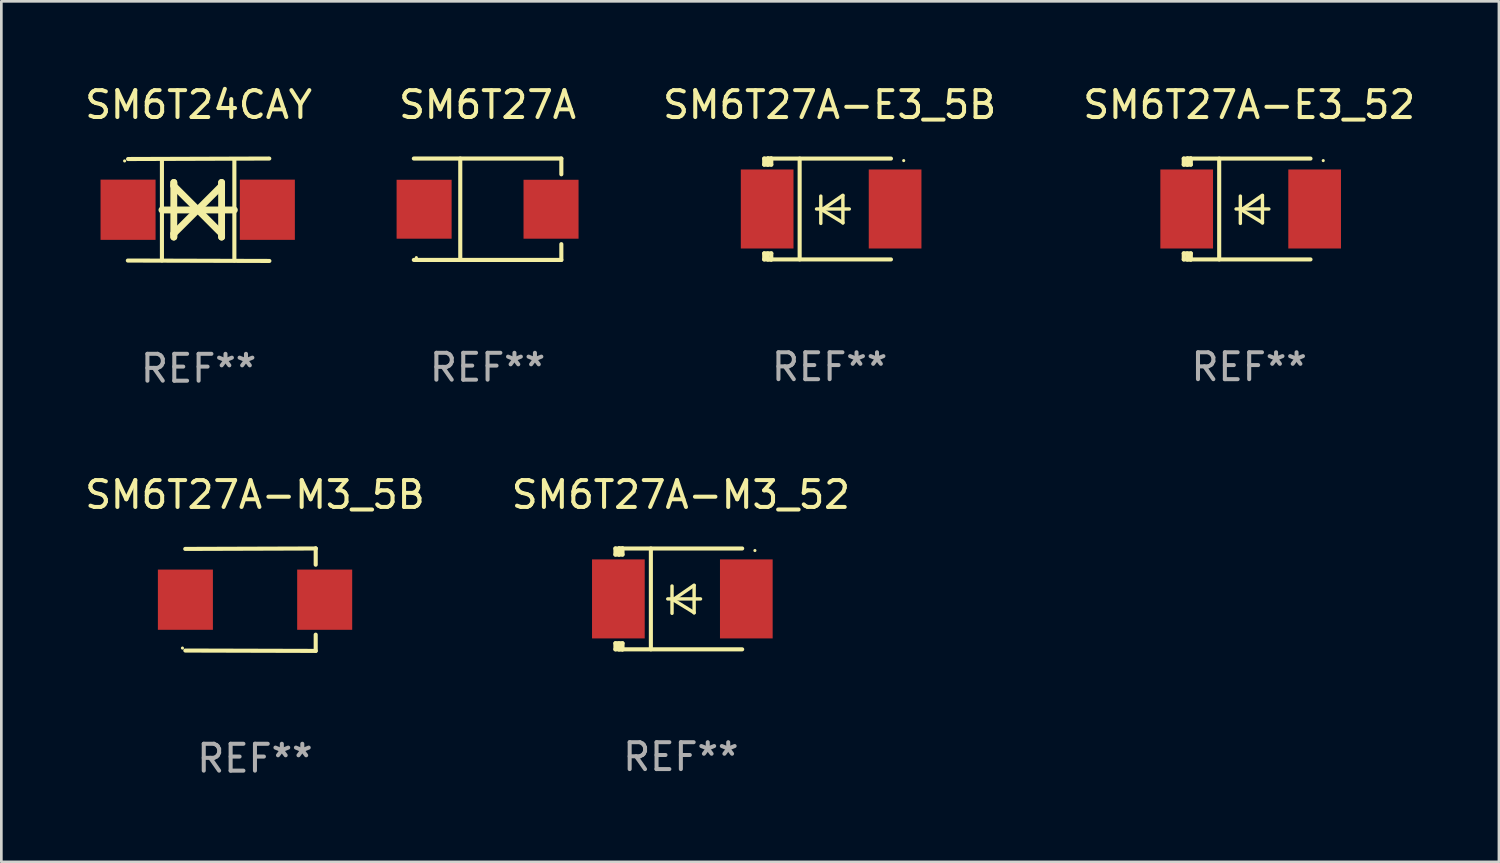
<source format=kicad_pcb>
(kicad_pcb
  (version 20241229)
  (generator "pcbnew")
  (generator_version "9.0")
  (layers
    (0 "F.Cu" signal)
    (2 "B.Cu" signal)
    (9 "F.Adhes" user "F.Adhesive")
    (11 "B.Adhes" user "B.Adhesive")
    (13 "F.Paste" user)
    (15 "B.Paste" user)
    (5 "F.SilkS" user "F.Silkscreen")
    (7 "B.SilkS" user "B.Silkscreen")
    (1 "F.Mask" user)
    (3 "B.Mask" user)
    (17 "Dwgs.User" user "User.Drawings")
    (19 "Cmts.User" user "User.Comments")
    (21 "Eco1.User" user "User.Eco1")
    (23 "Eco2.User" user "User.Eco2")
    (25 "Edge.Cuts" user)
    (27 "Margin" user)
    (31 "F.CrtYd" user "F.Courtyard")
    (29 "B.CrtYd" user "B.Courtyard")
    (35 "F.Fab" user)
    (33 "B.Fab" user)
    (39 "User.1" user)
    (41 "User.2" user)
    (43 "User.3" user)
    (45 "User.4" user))
  (footprint "SM6T27A-M3_5B"
    (layer "F.Cu")
    (at 6.435 19.26)
    (property "Reference" "SM6T27A-M3_5B" (at 0 -3.905 0) (layer "F.SilkS") (effects (font (size 1 1) (thickness 0.15))))
    (attr through_hole)
    (fp_line (start 2.256 -1.905) (end -2.594 -1.889) (stroke (width 0.152) (type solid)) (layer "F.SilkS"))
    (fp_line (start 2.256 -1.905) (end 2.26 -1.905) (stroke (width 0.152) (type solid)) (layer "F.SilkS"))
    (fp_line (start 2.26 -1.905) (end 2.26 -1.301) (stroke (width 0.152) (type solid)) (layer "F.SilkS"))
    (fp_line (start 2.26 1.301) (end 2.26 1.905) (stroke (width 0.152) (type solid)) (layer "F.SilkS"))
    (fp_line (start 2.26 1.905) (end -2.59 1.892) (stroke (width 0.152) (type solid)) (layer "F.SilkS"))
    (fp_circle (center -2.697 1.8) (end -2.667 1.8) (stroke (width 0.06) (type solid)) (fill no) (layer "F.SilkS"))
    (fp_text user "REF**" (at 0 5.905 0) (layer "F.Fab") (effects (font (size 1 1) (thickness 0.15))))
    (pad "1" smd rect (at -2.588 0) (size 2.047 2.241) (layers "F.Cu" "F.Mask" "F.Paste"))
    (pad "2" smd rect (at 2.594 0) (size 2.047 2.241) (layers "F.Cu" "F.Mask" "F.Paste")))
  (footprint "SM6T27A-E3_52"
    (layer "F.Cu")
    (at 43.423 4.725)
    (property "Reference" "SM6T27A-E3_52" (at 0 -3.876 0) (layer "F.SilkS") (effects (font (size 1 1) (thickness 0.15))))
    (attr through_hole)
    (fp_line (start -2.435 1.65) (end -2.171 1.65) (stroke (width 0.152) (type solid)) (layer "F.SilkS"))
    (fp_line (start -2.435 1.876) (end -2.435 1.65) (stroke (width 0.152) (type solid)) (layer "F.SilkS"))
    (fp_line (start -2.435 -1.876) (end -2.171 -1.876) (stroke (width 0.152) (type solid)) (layer "F.SilkS"))
    (fp_line (start -2.435 -1.65) (end -2.435 -1.876) (stroke (width 0.152) (type solid)) (layer "F.SilkS"))
    (fp_line (start -2.305 -1.866) (end -2.295 -1.876) (stroke (width 0.152) (type solid)) (layer "F.SilkS"))
    (fp_line (start -2.305 -1.65) (end -2.305 -1.866) (stroke (width 0.152) (type solid)) (layer "F.SilkS"))
    (fp_line (start -2.305 1.876) (end -2.305 1.65) (stroke (width 0.152) (type solid)) (layer "F.SilkS"))
    (fp_line (start -2.295 -1.876) (end -2.295 -1.65) (stroke (width 0.152) (type solid)) (layer "F.SilkS"))
    (fp_line (start -2.171 1.876) (end -2.435 1.876) (stroke (width 0.152) (type solid)) (layer "F.SilkS"))
    (fp_line (start -2.171 -1.65) (end -2.435 -1.65) (stroke (width 0.152) (type solid)) (layer "F.SilkS"))
    (fp_line (start -2.171 -1.876) (end -2.295 -1.876) (stroke (width 0.152) (type solid)) (layer "F.SilkS"))
    (fp_line (start -2.171 -1.65) (end -2.171 -1.876) (stroke (width 0.152) (type solid)) (layer "F.SilkS"))
    (fp_line (start -2.171 1.876) (end -2.305 1.876) (stroke (width 0.152) (type solid)) (layer "F.SilkS"))
    (fp_line (start -2.171 1.876) (end -2.171 1.65) (stroke (width 0.152) (type solid)) (layer "F.SilkS"))
    (fp_line (start -1.116 1.876) (end -1.116 -1.876) (stroke (width 0.152) (type solid)) (layer "F.SilkS"))
    (fp_line (start -0.488 0.000102) (end 0.731 0.000102) (stroke (width 0.127) (type solid)) (layer "F.SilkS"))
    (fp_line (start -0.329 -0.48) (end -0.329 0.536) (stroke (width 0.127) (type solid)) (layer "F.SilkS"))
    (fp_line (start -0.29 0.03) (end 0.493 0.51) (stroke (width 0.127) (type solid)) (layer "F.SilkS"))
    (fp_line (start 0.493 -0.51) (end -0.29 0.03) (stroke (width 0.127) (type solid)) (layer "F.SilkS"))
    (fp_line (start 0.493 0.52) (end 0.493 -0.496) (stroke (width 0.127) (type solid)) (layer "F.SilkS"))
    (fp_line (start 2.281 -1.876) (end -2.171 -1.876) (stroke (width 0.152) (type solid)) (layer "F.SilkS"))
    (fp_line (start 2.281 1.876) (end -2.171 1.876) (stroke (width 0.152) (type solid)) (layer "F.SilkS"))
    (fp_circle (center 2.755 -1.8) (end 2.785 -1.8) (stroke (width 0.06) (type solid)) (fill no) (layer "F.SilkS"))
    (fp_text user "REF**" (at 0 5.876 0) (layer "F.Fab") (effects (font (size 1 1) (thickness 0.15))))
    (pad "1" smd rect (at 2.435 -0.000025 180) (size 1.96 2.94) (layers "F.Cu" "F.Mask" "F.Paste"))
    (pad "2" smd rect (at -2.325 -0.000025 180) (size 1.96 2.94) (layers "F.Cu" "F.Mask" "F.Paste")))
  (footprint "SM6T24CAY"
    (layer "F.Cu")
    (at 4.339 4.753)
    (property "Reference" "SM6T24CAY" (at 0 -3.905 0) (layer "F.SilkS") (effects (font (size 1 1) (thickness 0.15))))
    (attr through_hole)
    (fp_line (start -1.365 1.886) (end -1.365 -1.886) (stroke (width 0.152) (type solid)) (layer "F.SilkS"))
    (fp_line (start -1.365 0.008) (end 1.33 0.008) (stroke (width 0.254) (type solid)) (layer "F.SilkS"))
    (fp_line (start -0.923 -1.016) (end -0.923 1.016) (stroke (width 0.254) (type solid)) (layer "F.SilkS"))
    (fp_line (start -0.923 -0.889) (end -0.923 -1.016) (stroke (width 0.254) (type solid)) (layer "F.SilkS"))
    (fp_line (start -0.923 0.889) (end -0.034 0) (stroke (width 0.254) (type solid)) (layer "F.SilkS"))
    (fp_line (start -0.923 1.016) (end -0.923 0.889) (stroke (width 0.254) (type solid)) (layer "F.SilkS"))
    (fp_line (start -0.034 0) (end -0.923 -0.889) (stroke (width 0.254) (type solid)) (layer "F.SilkS"))
    (fp_line (start -0.034 0) (end 0.855 0.889) (stroke (width 0.254) (type solid)) (layer "F.SilkS"))
    (fp_line (start 0.855 -1.016) (end 0.855 -0.889) (stroke (width 0.254) (type solid)) (layer "F.SilkS"))
    (fp_line (start 0.855 -0.889) (end -0.034 0) (stroke (width 0.254) (type solid)) (layer "F.SilkS"))
    (fp_line (start 0.855 0.889) (end 0.855 1.016) (stroke (width 0.254) (type solid)) (layer "F.SilkS"))
    (fp_line (start 0.855 1.016) (end 0.855 -1.016) (stroke (width 0.254) (type solid)) (layer "F.SilkS"))
    (fp_line (start 1.33 1.886) (end 1.33 -1.886) (stroke (width 0.152) (type solid)) (layer "F.SilkS"))
    (fp_line (start 2.629 -1.905) (end -2.625 -1.887) (stroke (width 0.152) (type solid)) (layer "F.SilkS"))
    (fp_line (start 2.633 1.905) (end -2.633 1.89) (stroke (width 0.152) (type solid)) (layer "F.SilkS"))
    (fp_circle (center -2.753 -1.816) (end -2.723 -1.816) (stroke (width 0.06) (type solid)) (fill no) (layer "F.SilkS"))
    (fp_text user "REF**" (at 0 5.905 0) (layer "F.Fab") (effects (font (size 1 1) (thickness 0.15))))
    (pad "1" smd rect (at -2.625 0) (size 2.047 2.241) (layers "F.Cu" "F.Mask" "F.Paste"))
    (pad "2" smd rect (at 2.557 0) (size 2.047 2.241) (layers "F.Cu" "F.Mask" "F.Paste")))
  (footprint "SM6T27A-E3_5B"
    (layer "F.Cu")
    (at 27.815 4.725)
    (property "Reference" "SM6T27A-E3_5B" (at 0 -3.876 0) (layer "F.SilkS") (effects (font (size 1 1) (thickness 0.15))))
    (attr through_hole)
    (fp_line (start -2.435 1.65) (end -2.171 1.65) (stroke (width 0.152) (type solid)) (layer "F.SilkS"))
    (fp_line (start -2.435 1.876) (end -2.435 1.65) (stroke (width 0.152) (type solid)) (layer "F.SilkS"))
    (fp_line (start -2.435 -1.876) (end -2.171 -1.876) (stroke (width 0.152) (type solid)) (layer "F.SilkS"))
    (fp_line (start -2.435 -1.65) (end -2.435 -1.876) (stroke (width 0.152) (type solid)) (layer "F.SilkS"))
    (fp_line (start -2.305 -1.866) (end -2.295 -1.876) (stroke (width 0.152) (type solid)) (layer "F.SilkS"))
    (fp_line (start -2.305 -1.65) (end -2.305 -1.866) (stroke (width 0.152) (type solid)) (layer "F.SilkS"))
    (fp_line (start -2.305 1.876) (end -2.305 1.65) (stroke (width 0.152) (type solid)) (layer "F.SilkS"))
    (fp_line (start -2.295 -1.876) (end -2.295 -1.65) (stroke (width 0.152) (type solid)) (layer "F.SilkS"))
    (fp_line (start -2.171 1.876) (end -2.435 1.876) (stroke (width 0.152) (type solid)) (layer "F.SilkS"))
    (fp_line (start -2.171 -1.65) (end -2.435 -1.65) (stroke (width 0.152) (type solid)) (layer "F.SilkS"))
    (fp_line (start -2.171 -1.876) (end -2.295 -1.876) (stroke (width 0.152) (type solid)) (layer "F.SilkS"))
    (fp_line (start -2.171 -1.65) (end -2.171 -1.876) (stroke (width 0.152) (type solid)) (layer "F.SilkS"))
    (fp_line (start -2.171 1.876) (end -2.305 1.876) (stroke (width 0.152) (type solid)) (layer "F.SilkS"))
    (fp_line (start -2.171 1.876) (end -2.171 1.65) (stroke (width 0.152) (type solid)) (layer "F.SilkS"))
    (fp_line (start -1.116 1.876) (end -1.116 -1.876) (stroke (width 0.152) (type solid)) (layer "F.SilkS"))
    (fp_line (start -0.488 0.000102) (end 0.731 0.000102) (stroke (width 0.127) (type solid)) (layer "F.SilkS"))
    (fp_line (start -0.329 -0.48) (end -0.329 0.536) (stroke (width 0.127) (type solid)) (layer "F.SilkS"))
    (fp_line (start -0.29 0.03) (end 0.493 0.51) (stroke (width 0.127) (type solid)) (layer "F.SilkS"))
    (fp_line (start 0.493 -0.51) (end -0.29 0.03) (stroke (width 0.127) (type solid)) (layer "F.SilkS"))
    (fp_line (start 0.493 0.52) (end 0.493 -0.496) (stroke (width 0.127) (type solid)) (layer "F.SilkS"))
    (fp_line (start 2.281 -1.876) (end -2.171 -1.876) (stroke (width 0.152) (type solid)) (layer "F.SilkS"))
    (fp_line (start 2.281 1.876) (end -2.171 1.876) (stroke (width 0.152) (type solid)) (layer "F.SilkS"))
    (fp_circle (center 2.755 -1.8) (end 2.785 -1.8) (stroke (width 0.06) (type solid)) (fill no) (layer "F.SilkS"))
    (fp_text user "REF**" (at 0 5.876 0) (layer "F.Fab") (effects (font (size 1 1) (thickness 0.15))))
    (pad "1" smd rect (at 2.435 -0.000025 180) (size 1.96 2.94) (layers "F.Cu" "F.Mask" "F.Paste"))
    (pad "2" smd rect (at -2.325 -0.000025 180) (size 1.96 2.94) (layers "F.Cu" "F.Mask" "F.Paste")))
  (footprint "SM6T27A"
    (layer "F.Cu")
    (at 15.089 4.734)
    (property "Reference" "SM6T27A" (at 0 -3.886 0) (layer "F.SilkS") (effects (font (size 1 1) (thickness 0.15))))
    (attr through_hole)
    (fp_line (start -2.744 -1.886) (end 2.744 -1.886) (stroke (width 0.152) (type solid)) (layer "F.SilkS"))
    (fp_line (start -2.744 1.886) (end 2.744 1.886) (stroke (width 0.152) (type solid)) (layer "F.SilkS"))
    (fp_line (start -1.016 -1.886) (end -1.016 1.886) (stroke (width 0.152) (type solid)) (layer "F.SilkS"))
    (fp_line (start 2.744 -1.886) (end 2.744 -1.299) (stroke (width 0.152) (type solid)) (layer "F.SilkS"))
    (fp_line (start 2.744 1.886) (end 2.744 1.299) (stroke (width 0.152) (type solid)) (layer "F.SilkS"))
    (fp_circle (center -2.65 1.8) (end -2.62 1.8) (stroke (width 0.06) (type solid)) (fill no) (layer "F.SilkS"))
    (fp_text user "REF**" (at 0 5.886 0) (layer "F.Fab") (effects (font (size 1 1) (thickness 0.15))))
    (pad "1" smd rect (at -2.361 0) (size 2.047 2.192) (layers "F.Cu" "F.Mask" "F.Paste"))
    (pad "2" smd rect (at 2.361 0) (size 2.047 2.192) (layers "F.Cu" "F.Mask" "F.Paste")))
  (footprint "SM6T27A-M3_52"
    (layer "F.Cu")
    (at 22.28 19.231)
    (property "Reference" "SM6T27A-M3_52" (at 0 -3.876 0) (layer "F.SilkS") (effects (font (size 1 1) (thickness 0.15))))
    (attr through_hole)
    (fp_line (start -2.435 1.65) (end -2.171 1.65) (stroke (width 0.152) (type solid)) (layer "F.SilkS"))
    (fp_line (start -2.435 1.876) (end -2.435 1.65) (stroke (width 0.152) (type solid)) (layer "F.SilkS"))
    (fp_line (start -2.435 -1.876) (end -2.171 -1.876) (stroke (width 0.152) (type solid)) (layer "F.SilkS"))
    (fp_line (start -2.435 -1.65) (end -2.435 -1.876) (stroke (width 0.152) (type solid)) (layer "F.SilkS"))
    (fp_line (start -2.305 -1.866) (end -2.295 -1.876) (stroke (width 0.152) (type solid)) (layer "F.SilkS"))
    (fp_line (start -2.305 -1.65) (end -2.305 -1.866) (stroke (width 0.152) (type solid)) (layer "F.SilkS"))
    (fp_line (start -2.305 1.876) (end -2.305 1.65) (stroke (width 0.152) (type solid)) (layer "F.SilkS"))
    (fp_line (start -2.295 -1.876) (end -2.295 -1.65) (stroke (width 0.152) (type solid)) (layer "F.SilkS"))
    (fp_line (start -2.171 1.876) (end -2.435 1.876) (stroke (width 0.152) (type solid)) (layer "F.SilkS"))
    (fp_line (start -2.171 -1.65) (end -2.435 -1.65) (stroke (width 0.152) (type solid)) (layer "F.SilkS"))
    (fp_line (start -2.171 -1.876) (end -2.295 -1.876) (stroke (width 0.152) (type solid)) (layer "F.SilkS"))
    (fp_line (start -2.171 -1.65) (end -2.171 -1.876) (stroke (width 0.152) (type solid)) (layer "F.SilkS"))
    (fp_line (start -2.171 1.876) (end -2.305 1.876) (stroke (width 0.152) (type solid)) (layer "F.SilkS"))
    (fp_line (start -2.171 1.876) (end -2.171 1.65) (stroke (width 0.152) (type solid)) (layer "F.SilkS"))
    (fp_line (start -1.116 1.876) (end -1.116 -1.876) (stroke (width 0.152) (type solid)) (layer "F.SilkS"))
    (fp_line (start -0.488 0.000102) (end 0.731 0.000102) (stroke (width 0.127) (type solid)) (layer "F.SilkS"))
    (fp_line (start -0.329 -0.48) (end -0.329 0.536) (stroke (width 0.127) (type solid)) (layer "F.SilkS"))
    (fp_line (start -0.29 0.03) (end 0.493 0.51) (stroke (width 0.127) (type solid)) (layer "F.SilkS"))
    (fp_line (start 0.493 -0.51) (end -0.29 0.03) (stroke (width 0.127) (type solid)) (layer "F.SilkS"))
    (fp_line (start 0.493 0.52) (end 0.493 -0.496) (stroke (width 0.127) (type solid)) (layer "F.SilkS"))
    (fp_line (start 2.281 -1.876) (end -2.171 -1.876) (stroke (width 0.152) (type solid)) (layer "F.SilkS"))
    (fp_line (start 2.281 1.876) (end -2.171 1.876) (stroke (width 0.152) (type solid)) (layer "F.SilkS"))
    (fp_circle (center 2.755 -1.8) (end 2.785 -1.8) (stroke (width 0.06) (type solid)) (fill no) (layer "F.SilkS"))
    (fp_text user "REF**" (at 0 5.876 0) (layer "F.Fab") (effects (font (size 1 1) (thickness 0.15))))
    (pad "1" smd rect (at 2.435 -0.000025 180) (size 1.96 2.94) (layers "F.Cu" "F.Mask" "F.Paste"))
    (pad "2" smd rect (at -2.325 -0.000025 180) (size 1.96 2.94) (layers "F.Cu" "F.Mask" "F.Paste")))
  (gr_rect
    (start -3 -3)
    (end 52.714 29.013)
    (stroke (width 0.1) (type default))
    (fill no)
    (layer "Edge.Cuts")))
</source>
